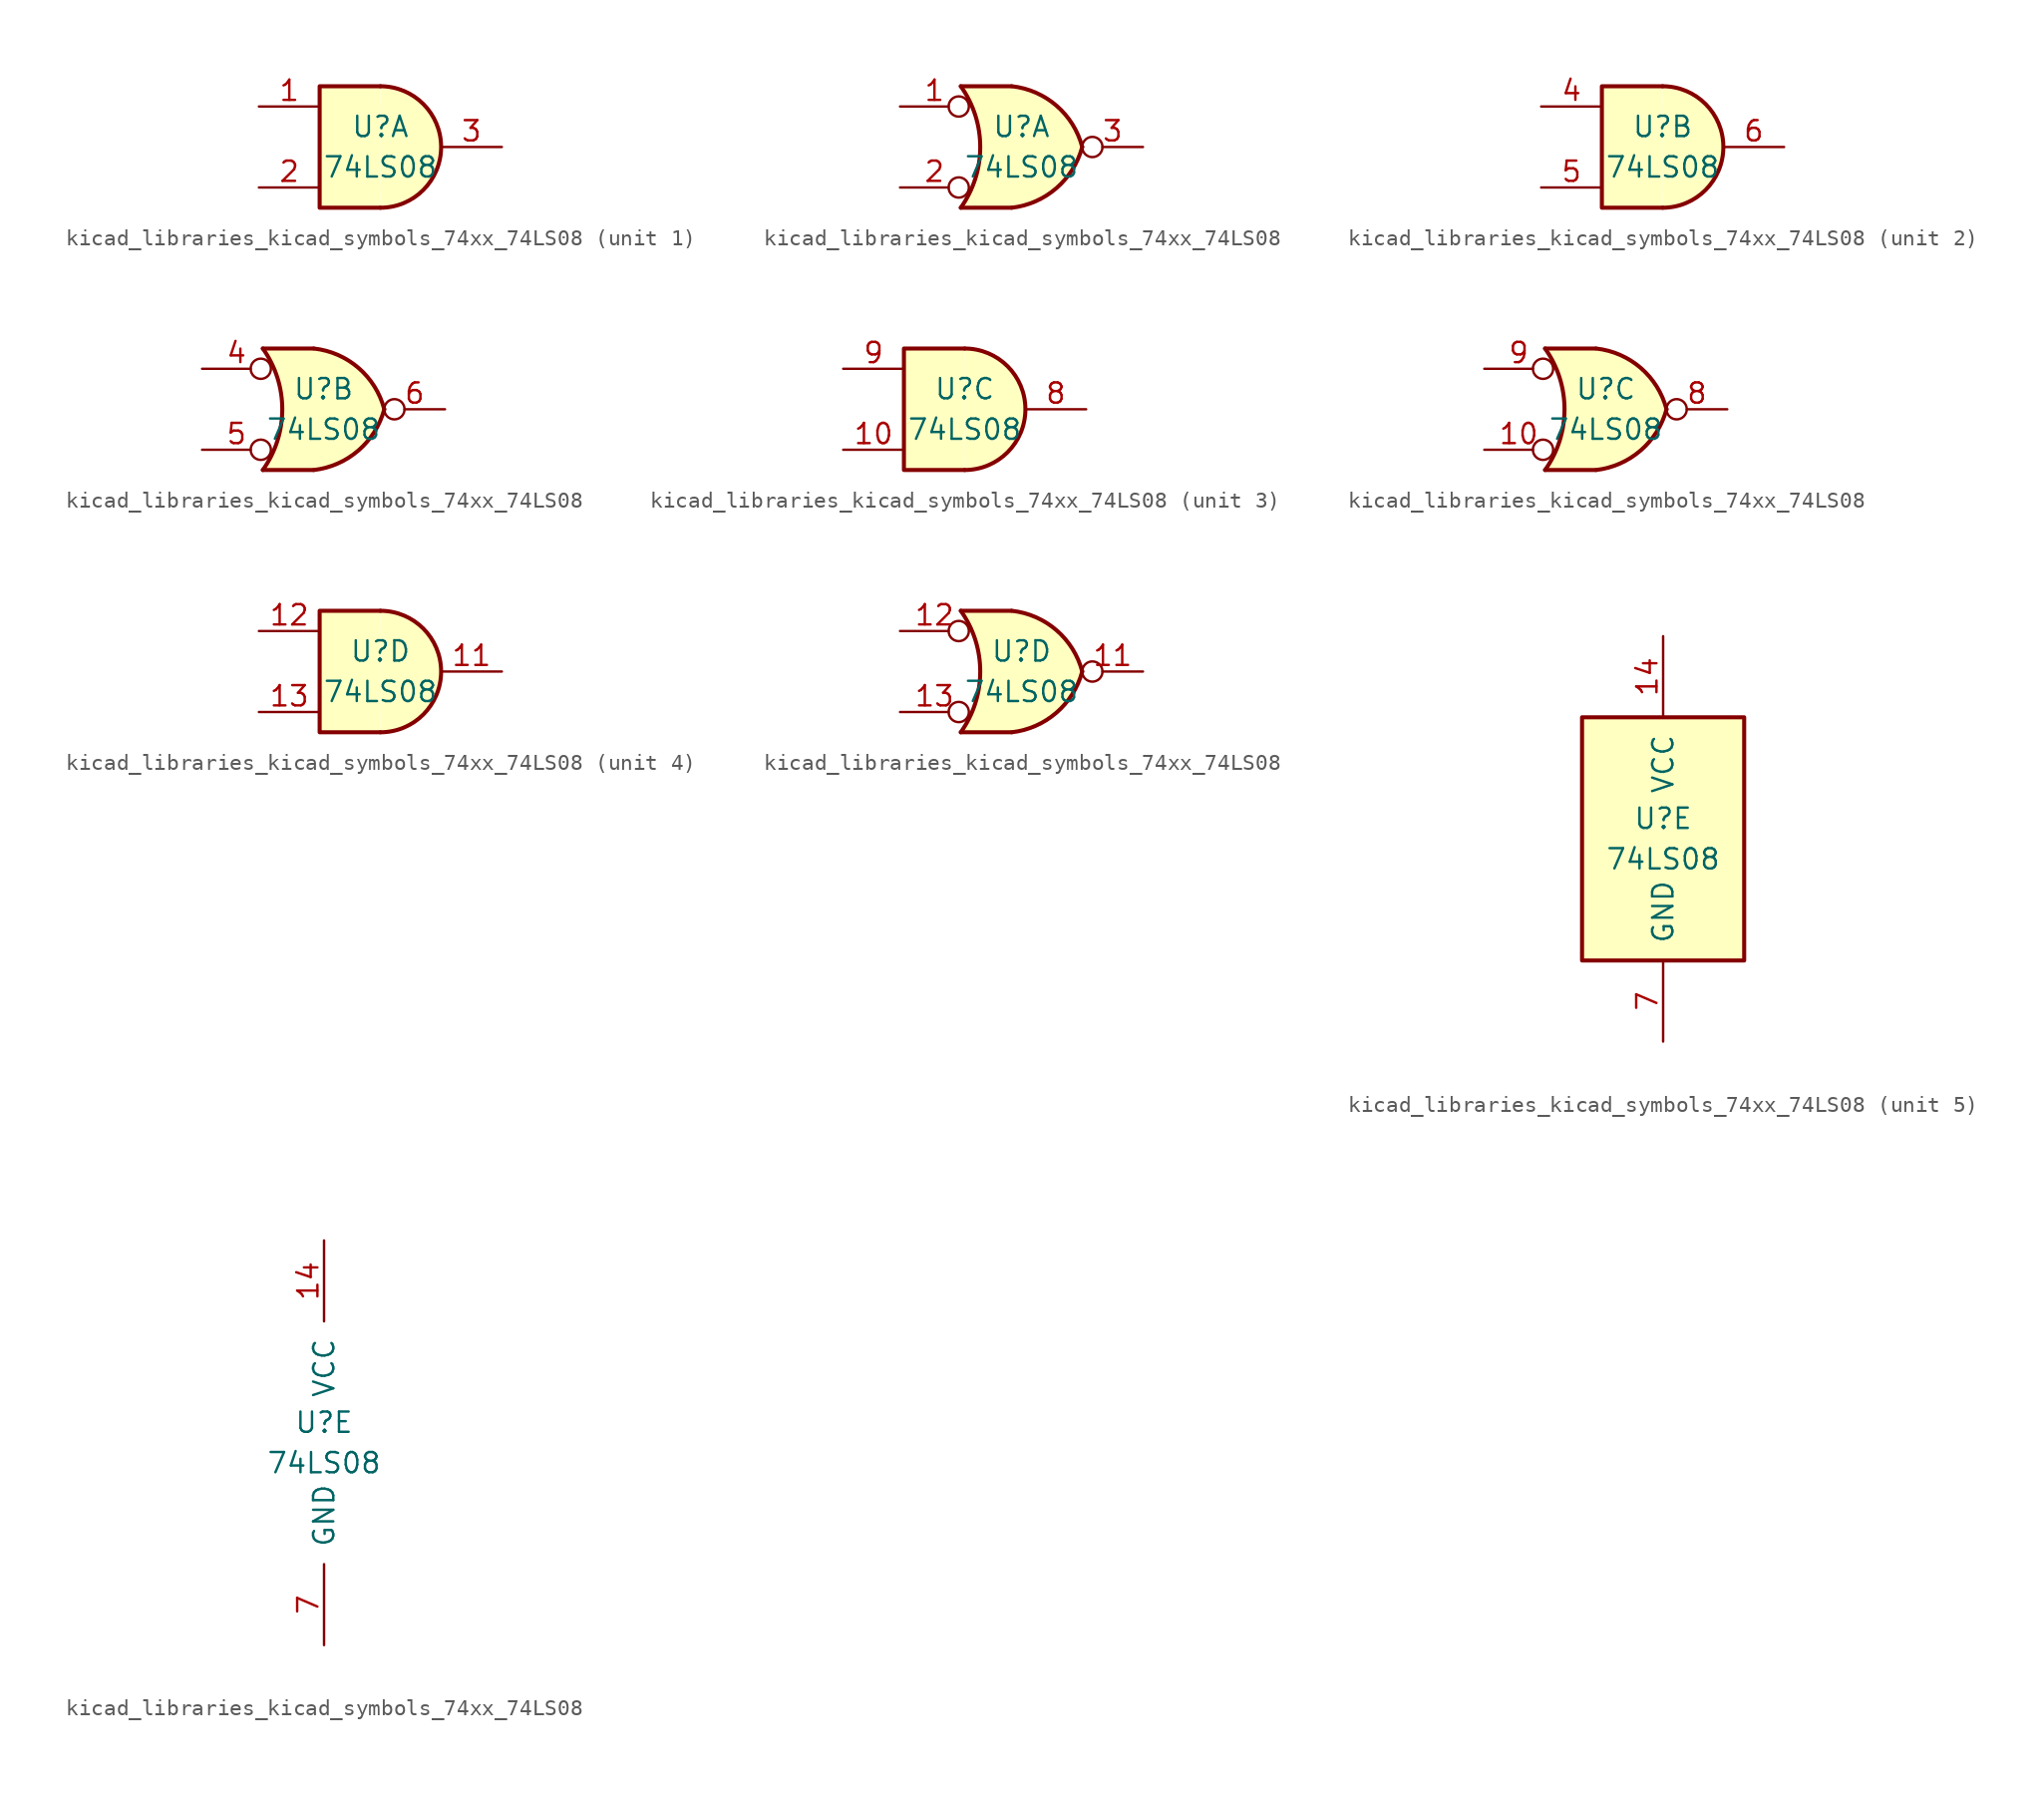
<source format=kicad_sym>
(kicad_symbol_lib
  (version 20220914)
  (generator kicad_symbol_editor)
  (symbol "kicad_libraries_kicad_symbols_74xx_74LS08"
    (pin_names
      (offset 1.016))
    (property "Reference" "U"
      (at 0 1.27 0)
      (effects (font (size 1.27 1.27))))
    (property "Value" "74LS08"
      (at 0 -1.27 0)
      (effects (font (size 1.27 1.27))))
    (property "ki_locked" ""
      (at 0 0 0)
      (effects (font (size 1.27 1.27))))
    (symbol "kicad_libraries_kicad_symbols_74xx_74LS08_1_1"
      (arc (start 0 -3.81) (mid 3.7934 0) (end 0 3.81) (stroke (width 0.254) (type default)) (fill (type background)))
      (polyline (pts (xy 0 3.81) (xy -3.81 3.81) (xy -3.81 -3.81) (xy 0 -3.81)) (stroke (width 0.254) (type default)) (fill (type background)))
      (pin input line (at -7.62 2.54 0) (length 3.81) (name "~" (effects (font (size 1.27 1.27)))) (number "1" (effects (font (size 1.27 1.27)))))
      (pin input line (at -7.62 -2.54 0) (length 3.81) (name "~" (effects (font (size 1.27 1.27)))) (number "2" (effects (font (size 1.27 1.27)))))
      (pin output line (at 7.62 0 180) (length 3.81) (name "~" (effects (font (size 1.27 1.27)))) (number "3" (effects (font (size 1.27 1.27))))))
    (symbol "kicad_libraries_kicad_symbols_74xx_74LS08_1_2"
      (arc (start -3.81 -3.81) (mid -2.589 0) (end -3.81 3.81) (stroke (width 0.254) (type default)) (fill (type none)))
      (arc (start -0.6096 -3.81) (mid 2.1842 -2.5851) (end 3.81 0) (stroke (width 0.254) (type default)) (fill (type background)))
      (polyline (pts (xy -3.81 -3.81) (xy -0.635 -3.81)) (stroke (width 0.254) (type default)) (fill (type background)))
      (polyline (pts (xy -3.81 3.81) (xy -0.635 3.81)) (stroke (width 0.254) (type default)) (fill (type background)))
      (polyline (pts (xy -0.635 3.81) (xy -3.81 3.81) (xy -3.81 3.81) (xy -3.556 3.404) (xy -3.023 2.261) (xy -2.692 1.041) (xy -2.616 -0.254) (xy -2.769 -1.499) (xy -3.175 -2.718) (xy -3.81 -3.81) (xy -3.81 -3.81) (xy -0.635 -3.81)) (stroke (width -25.4) (type default)) (fill (type background)))
      (arc (start 3.81 0) (mid 2.1915 2.5936) (end -0.6096 3.81) (stroke (width 0.254) (type default)) (fill (type background)))
      (pin input inverted (at -7.62 2.54 0) (length 4.318) (name "~" (effects (font (size 1.27 1.27)))) (number "1" (effects (font (size 1.27 1.27)))))
      (pin input inverted (at -7.62 -2.54 0) (length 4.318) (name "~" (effects (font (size 1.27 1.27)))) (number "2" (effects (font (size 1.27 1.27)))))
      (pin output inverted (at 7.62 0 180) (length 3.81) (name "~" (effects (font (size 1.27 1.27)))) (number "3" (effects (font (size 1.27 1.27))))))
    (symbol "kicad_libraries_kicad_symbols_74xx_74LS08_2_1"
      (arc (start 0 -3.81) (mid 3.7934 0) (end 0 3.81) (stroke (width 0.254) (type default)) (fill (type background)))
      (polyline (pts (xy 0 3.81) (xy -3.81 3.81) (xy -3.81 -3.81) (xy 0 -3.81)) (stroke (width 0.254) (type default)) (fill (type background)))
      (pin input line (at -7.62 2.54 0) (length 3.81) (name "~" (effects (font (size 1.27 1.27)))) (number "4" (effects (font (size 1.27 1.27)))))
      (pin input line (at -7.62 -2.54 0) (length 3.81) (name "~" (effects (font (size 1.27 1.27)))) (number "5" (effects (font (size 1.27 1.27)))))
      (pin output line (at 7.62 0 180) (length 3.81) (name "~" (effects (font (size 1.27 1.27)))) (number "6" (effects (font (size 1.27 1.27))))))
    (symbol "kicad_libraries_kicad_symbols_74xx_74LS08_2_2"
      (arc (start -3.81 -3.81) (mid -2.589 0) (end -3.81 3.81) (stroke (width 0.254) (type default)) (fill (type none)))
      (arc (start -0.6096 -3.81) (mid 2.1842 -2.5851) (end 3.81 0) (stroke (width 0.254) (type default)) (fill (type background)))
      (polyline (pts (xy -3.81 -3.81) (xy -0.635 -3.81)) (stroke (width 0.254) (type default)) (fill (type background)))
      (polyline (pts (xy -3.81 3.81) (xy -0.635 3.81)) (stroke (width 0.254) (type default)) (fill (type background)))
      (polyline (pts (xy -0.635 3.81) (xy -3.81 3.81) (xy -3.81 3.81) (xy -3.556 3.404) (xy -3.023 2.261) (xy -2.692 1.041) (xy -2.616 -0.254) (xy -2.769 -1.499) (xy -3.175 -2.718) (xy -3.81 -3.81) (xy -3.81 -3.81) (xy -0.635 -3.81)) (stroke (width -25.4) (type default)) (fill (type background)))
      (arc (start 3.81 0) (mid 2.1915 2.5936) (end -0.6096 3.81) (stroke (width 0.254) (type default)) (fill (type background)))
      (pin input inverted (at -7.62 2.54 0) (length 4.318) (name "~" (effects (font (size 1.27 1.27)))) (number "4" (effects (font (size 1.27 1.27)))))
      (pin input inverted (at -7.62 -2.54 0) (length 4.318) (name "~" (effects (font (size 1.27 1.27)))) (number "5" (effects (font (size 1.27 1.27)))))
      (pin output inverted (at 7.62 0 180) (length 3.81) (name "~" (effects (font (size 1.27 1.27)))) (number "6" (effects (font (size 1.27 1.27))))))
    (symbol "kicad_libraries_kicad_symbols_74xx_74LS08_3_1"
      (arc (start 0 -3.81) (mid 3.7934 0) (end 0 3.81) (stroke (width 0.254) (type default)) (fill (type background)))
      (polyline (pts (xy 0 3.81) (xy -3.81 3.81) (xy -3.81 -3.81) (xy 0 -3.81)) (stroke (width 0.254) (type default)) (fill (type background)))
      (pin input line (at -7.62 -2.54 0) (length 3.81) (name "~" (effects (font (size 1.27 1.27)))) (number "10" (effects (font (size 1.27 1.27)))))
      (pin output line (at 7.62 0 180) (length 3.81) (name "~" (effects (font (size 1.27 1.27)))) (number "8" (effects (font (size 1.27 1.27)))))
      (pin input line (at -7.62 2.54 0) (length 3.81) (name "~" (effects (font (size 1.27 1.27)))) (number "9" (effects (font (size 1.27 1.27))))))
    (symbol "kicad_libraries_kicad_symbols_74xx_74LS08_3_2"
      (arc (start -3.81 -3.81) (mid -2.589 0) (end -3.81 3.81) (stroke (width 0.254) (type default)) (fill (type none)))
      (arc (start -0.6096 -3.81) (mid 2.1842 -2.5851) (end 3.81 0) (stroke (width 0.254) (type default)) (fill (type background)))
      (polyline (pts (xy -3.81 -3.81) (xy -0.635 -3.81)) (stroke (width 0.254) (type default)) (fill (type background)))
      (polyline (pts (xy -3.81 3.81) (xy -0.635 3.81)) (stroke (width 0.254) (type default)) (fill (type background)))
      (polyline (pts (xy -0.635 3.81) (xy -3.81 3.81) (xy -3.81 3.81) (xy -3.556 3.404) (xy -3.023 2.261) (xy -2.692 1.041) (xy -2.616 -0.254) (xy -2.769 -1.499) (xy -3.175 -2.718) (xy -3.81 -3.81) (xy -3.81 -3.81) (xy -0.635 -3.81)) (stroke (width -25.4) (type default)) (fill (type background)))
      (arc (start 3.81 0) (mid 2.1915 2.5936) (end -0.6096 3.81) (stroke (width 0.254) (type default)) (fill (type background)))
      (pin input inverted (at -7.62 -2.54 0) (length 4.318) (name "~" (effects (font (size 1.27 1.27)))) (number "10" (effects (font (size 1.27 1.27)))))
      (pin output inverted (at 7.62 0 180) (length 3.81) (name "~" (effects (font (size 1.27 1.27)))) (number "8" (effects (font (size 1.27 1.27)))))
      (pin input inverted (at -7.62 2.54 0) (length 4.318) (name "~" (effects (font (size 1.27 1.27)))) (number "9" (effects (font (size 1.27 1.27))))))
    (symbol "kicad_libraries_kicad_symbols_74xx_74LS08_4_1"
      (arc (start 0 -3.81) (mid 3.7934 0) (end 0 3.81) (stroke (width 0.254) (type default)) (fill (type background)))
      (polyline (pts (xy 0 3.81) (xy -3.81 3.81) (xy -3.81 -3.81) (xy 0 -3.81)) (stroke (width 0.254) (type default)) (fill (type background)))
      (pin output line (at 7.62 0 180) (length 3.81) (name "~" (effects (font (size 1.27 1.27)))) (number "11" (effects (font (size 1.27 1.27)))))
      (pin input line (at -7.62 2.54 0) (length 3.81) (name "~" (effects (font (size 1.27 1.27)))) (number "12" (effects (font (size 1.27 1.27)))))
      (pin input line (at -7.62 -2.54 0) (length 3.81) (name "~" (effects (font (size 1.27 1.27)))) (number "13" (effects (font (size 1.27 1.27))))))
    (symbol "kicad_libraries_kicad_symbols_74xx_74LS08_4_2"
      (arc (start -3.81 -3.81) (mid -2.589 0) (end -3.81 3.81) (stroke (width 0.254) (type default)) (fill (type none)))
      (arc (start -0.6096 -3.81) (mid 2.1842 -2.5851) (end 3.81 0) (stroke (width 0.254) (type default)) (fill (type background)))
      (polyline (pts (xy -3.81 -3.81) (xy -0.635 -3.81)) (stroke (width 0.254) (type default)) (fill (type background)))
      (polyline (pts (xy -3.81 3.81) (xy -0.635 3.81)) (stroke (width 0.254) (type default)) (fill (type background)))
      (polyline (pts (xy -0.635 3.81) (xy -3.81 3.81) (xy -3.81 3.81) (xy -3.556 3.404) (xy -3.023 2.261) (xy -2.692 1.041) (xy -2.616 -0.254) (xy -2.769 -1.499) (xy -3.175 -2.718) (xy -3.81 -3.81) (xy -3.81 -3.81) (xy -0.635 -3.81)) (stroke (width -25.4) (type default)) (fill (type background)))
      (arc (start 3.81 0) (mid 2.1915 2.5936) (end -0.6096 3.81) (stroke (width 0.254) (type default)) (fill (type background)))
      (pin output inverted (at 7.62 0 180) (length 3.81) (name "~" (effects (font (size 1.27 1.27)))) (number "11" (effects (font (size 1.27 1.27)))))
      (pin input inverted (at -7.62 2.54 0) (length 4.318) (name "~" (effects (font (size 1.27 1.27)))) (number "12" (effects (font (size 1.27 1.27)))))
      (pin input inverted (at -7.62 -2.54 0) (length 4.318) (name "~" (effects (font (size 1.27 1.27)))) (number "13" (effects (font (size 1.27 1.27))))))
    (symbol "kicad_libraries_kicad_symbols_74xx_74LS08_5_0"
      (pin power_in line (at 0 12.7 270) (length 5.08) (name "VCC" (effects (font (size 1.27 1.27)))) (number "14" (effects (font (size 1.27 1.27)))))
      (pin power_in line (at 0 -12.7 90) (length 5.08) (name "GND" (effects (font (size 1.27 1.27)))) (number "7" (effects (font (size 1.27 1.27))))))
    (symbol "kicad_libraries_kicad_symbols_74xx_74LS08_5_1"
      (rectangle (start -5.08 7.62) (end 5.08 -7.62) (stroke (width 0.254) (type default)) (fill (type background))))))
</source>
